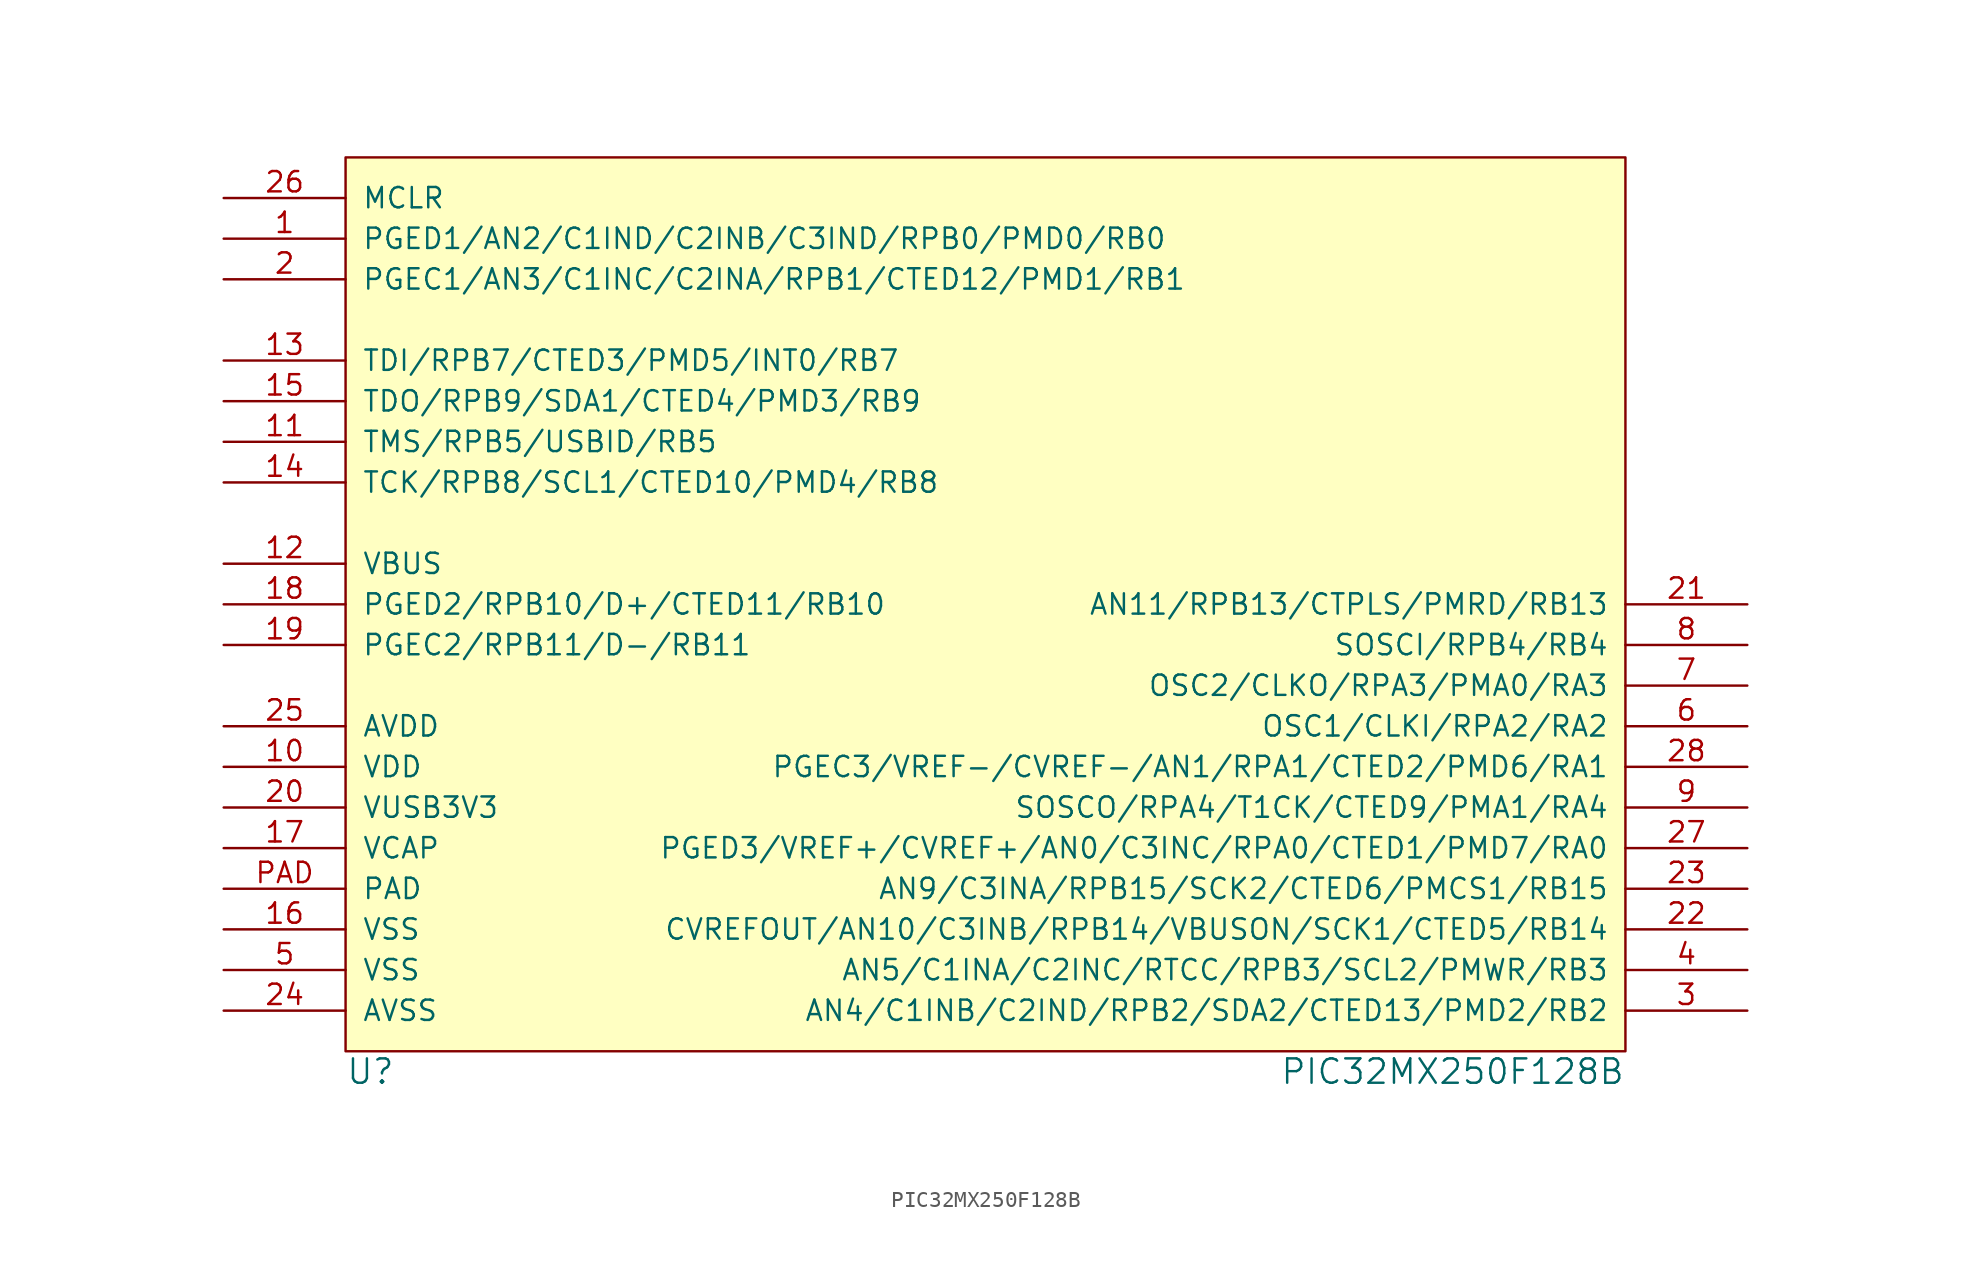
<source format=kicad_sym>
(kicad_symbol_lib
  (version 20211014)
  (generator kicad_symbol_editor)
  (symbol "PIC32MX250F128B"
    (pin_names
      (offset 1.016))
    (property "Reference" "U"
      (at -41.91 -13.97 0)
      (effects (font (size 1.524 1.524)) (justify left)))
    (property "Value" "PIC32MX250F128B"
      (at 38.1 -13.97 0)
      (effects (font (size 1.524 1.524)) (justify right)))
    (symbol "PIC32MX250F128B_0_1"
      (rectangle (start -41.91 43.18) (end 38.1 -12.7) (stroke (width 0) (type default) (color 0 0 0 0)) (fill (type background))))
    (symbol "PIC32MX250F128B_1_1"
      (pin bidirectional line (at -49.53 38.1 0) (length 7.62) (name "PGED1/AN2/C1IND/C2INB/C3IND/RPB0/PMD0/RB0" (effects (font (size 1.27 1.27)))) (number "1" (effects (font (size 1.27 1.27)))))
      (pin power_in line (at -49.53 5.08 0) (length 7.62) (name "VDD" (effects (font (size 1.27 1.27)))) (number "10" (effects (font (size 1.27 1.27)))))
      (pin bidirectional line (at -49.53 25.4 0) (length 7.62) (name "TMS/RPB5/USBID/RB5" (effects (font (size 1.27 1.27)))) (number "11" (effects (font (size 1.27 1.27)))))
      (pin input line (at -49.53 17.78 0) (length 7.62) (name "VBUS" (effects (font (size 1.27 1.27)))) (number "12" (effects (font (size 1.27 1.27)))))
      (pin bidirectional line (at -49.53 30.48 0) (length 7.62) (name "TDI/RPB7/CTED3/PMD5/INT0/RB7" (effects (font (size 1.27 1.27)))) (number "13" (effects (font (size 1.27 1.27)))))
      (pin bidirectional line (at -49.53 22.86 0) (length 7.62) (name "TCK/RPB8/SCL1/CTED10/PMD4/RB8" (effects (font (size 1.27 1.27)))) (number "14" (effects (font (size 1.27 1.27)))))
      (pin bidirectional line (at -49.53 27.94 0) (length 7.62) (name "TDO/RPB9/SDA1/CTED4/PMD3/RB9" (effects (font (size 1.27 1.27)))) (number "15" (effects (font (size 1.27 1.27)))))
      (pin power_in line (at -49.53 -5.08 0) (length 7.62) (name "VSS" (effects (font (size 1.27 1.27)))) (number "16" (effects (font (size 1.27 1.27)))))
      (pin power_out line (at -49.53 0 0) (length 7.62) (name "VCAP" (effects (font (size 1.27 1.27)))) (number "17" (effects (font (size 1.27 1.27)))))
      (pin bidirectional line (at -49.53 15.24 0) (length 7.62) (name "PGED2/RPB10/D+/CTED11/RB10" (effects (font (size 1.27 1.27)))) (number "18" (effects (font (size 1.27 1.27)))))
      (pin bidirectional line (at -49.53 12.7 0) (length 7.62) (name "PGEC2/RPB11/D-/RB11" (effects (font (size 1.27 1.27)))) (number "19" (effects (font (size 1.27 1.27)))))
      (pin bidirectional line (at -49.53 35.56 0) (length 7.62) (name "PGEC1/AN3/C1INC/C2INA/RPB1/CTED12/PMD1/RB1" (effects (font (size 1.27 1.27)))) (number "2" (effects (font (size 1.27 1.27)))))
      (pin power_out line (at -49.53 2.54 0) (length 7.62) (name "VUSB3V3" (effects (font (size 1.27 1.27)))) (number "20" (effects (font (size 1.27 1.27)))))
      (pin bidirectional line (at 45.72 15.24 180) (length 7.62) (name "AN11/RPB13/CTPLS/PMRD/RB13" (effects (font (size 1.27 1.27)))) (number "21" (effects (font (size 1.27 1.27)))))
      (pin bidirectional line (at 45.72 -5.08 180) (length 7.62) (name "CVREFOUT/AN10/C3INB/RPB14/VBUSON/SCK1/CTED5/RB14" (effects (font (size 1.27 1.27)))) (number "22" (effects (font (size 1.27 1.27)))))
      (pin bidirectional line (at 45.72 -2.54 180) (length 7.62) (name "AN9/C3INA/RPB15/SCK2/CTED6/PMCS1/RB15" (effects (font (size 1.27 1.27)))) (number "23" (effects (font (size 1.27 1.27)))))
      (pin power_in line (at -49.53 -10.16 0) (length 7.62) (name "AVSS" (effects (font (size 1.27 1.27)))) (number "24" (effects (font (size 1.27 1.27)))))
      (pin power_in line (at -49.53 7.62 0) (length 7.62) (name "AVDD" (effects (font (size 1.27 1.27)))) (number "25" (effects (font (size 1.27 1.27)))))
      (pin input line (at -49.53 40.64 0) (length 7.62) (name "MCLR" (effects (font (size 1.27 1.27)))) (number "26" (effects (font (size 1.27 1.27)))))
      (pin bidirectional line (at 45.72 0 180) (length 7.62) (name "PGED3/VREF+/CVREF+/AN0/C3INC/RPA0/CTED1/PMD7/RA0" (effects (font (size 1.27 1.27)))) (number "27" (effects (font (size 1.27 1.27)))))
      (pin bidirectional line (at 45.72 5.08 180) (length 7.62) (name "PGEC3/VREF-/CVREF-/AN1/RPA1/CTED2/PMD6/RA1" (effects (font (size 1.27 1.27)))) (number "28" (effects (font (size 1.27 1.27)))))
      (pin bidirectional line (at 45.72 -10.16 180) (length 7.62) (name "AN4/C1INB/C2IND/RPB2/SDA2/CTED13/PMD2/RB2" (effects (font (size 1.27 1.27)))) (number "3" (effects (font (size 1.27 1.27)))))
      (pin bidirectional line (at 45.72 -7.62 180) (length 7.62) (name "AN5/C1INA/C2INC/RTCC/RPB3/SCL2/PMWR/RB3" (effects (font (size 1.27 1.27)))) (number "4" (effects (font (size 1.27 1.27)))))
      (pin power_in line (at -49.53 -7.62 0) (length 7.62) (name "VSS" (effects (font (size 1.27 1.27)))) (number "5" (effects (font (size 1.27 1.27)))))
      (pin bidirectional line (at 45.72 7.62 180) (length 7.62) (name "OSC1/CLKI/RPA2/RA2" (effects (font (size 1.27 1.27)))) (number "6" (effects (font (size 1.27 1.27)))))
      (pin bidirectional line (at 45.72 10.16 180) (length 7.62) (name "OSC2/CLKO/RPA3/PMA0/RA3" (effects (font (size 1.27 1.27)))) (number "7" (effects (font (size 1.27 1.27)))))
      (pin bidirectional line (at 45.72 12.7 180) (length 7.62) (name "SOSCI/RPB4/RB4" (effects (font (size 1.27 1.27)))) (number "8" (effects (font (size 1.27 1.27)))))
      (pin bidirectional line (at 45.72 2.54 180) (length 7.62) (name "SOSCO/RPA4/T1CK/CTED9/PMA1/RA4" (effects (font (size 1.27 1.27)))) (number "9" (effects (font (size 1.27 1.27)))))
      (pin power_in line (at -49.53 -2.54 0) (length 7.62) (name "PAD" (effects (font (size 1.27 1.27)))) (number "PAD" (effects (font (size 1.27 1.27))))))))
</source>
